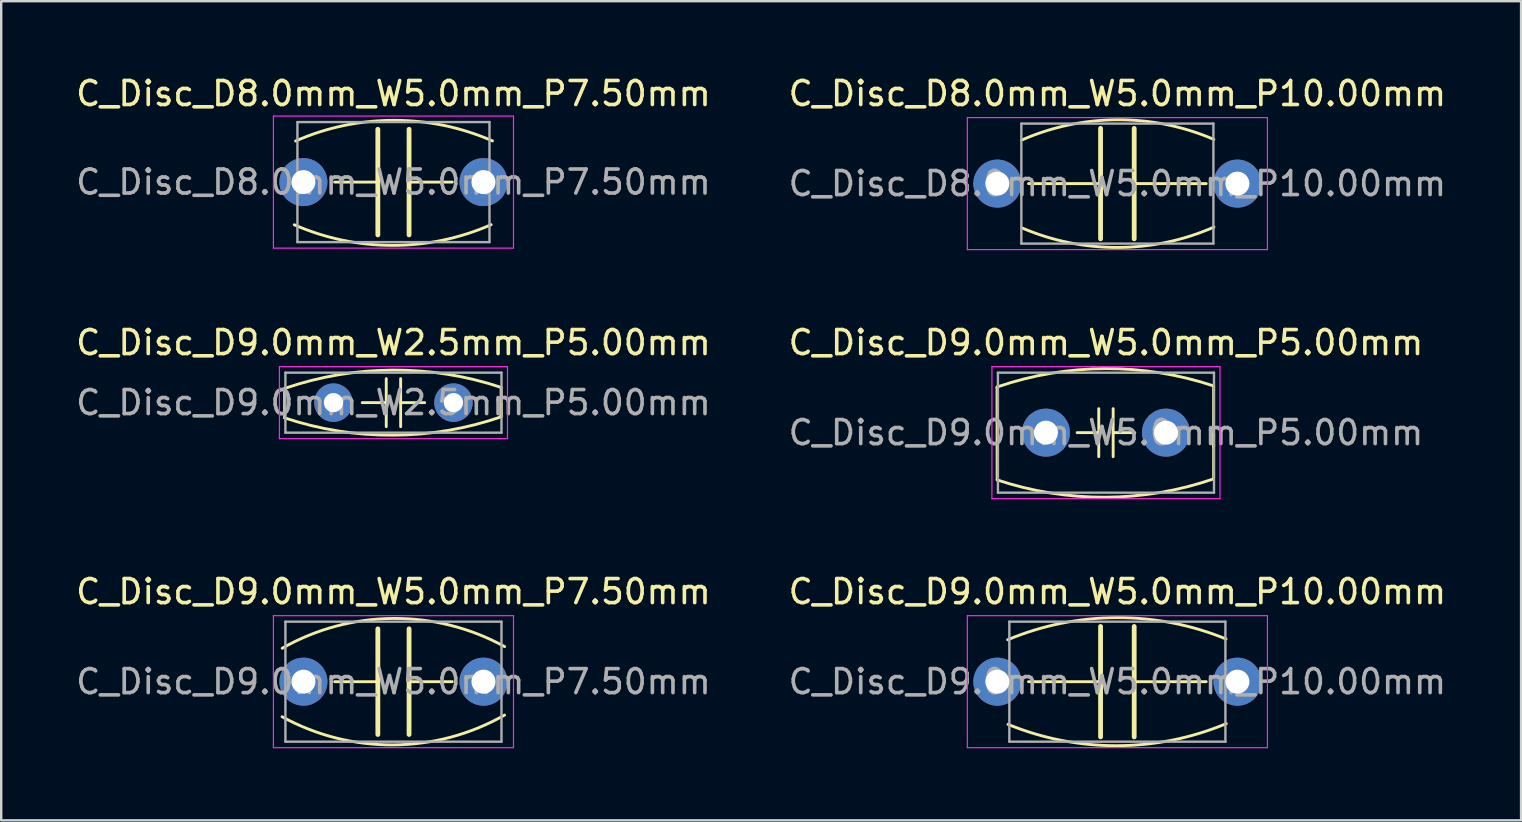
<source format=kicad_pcb>
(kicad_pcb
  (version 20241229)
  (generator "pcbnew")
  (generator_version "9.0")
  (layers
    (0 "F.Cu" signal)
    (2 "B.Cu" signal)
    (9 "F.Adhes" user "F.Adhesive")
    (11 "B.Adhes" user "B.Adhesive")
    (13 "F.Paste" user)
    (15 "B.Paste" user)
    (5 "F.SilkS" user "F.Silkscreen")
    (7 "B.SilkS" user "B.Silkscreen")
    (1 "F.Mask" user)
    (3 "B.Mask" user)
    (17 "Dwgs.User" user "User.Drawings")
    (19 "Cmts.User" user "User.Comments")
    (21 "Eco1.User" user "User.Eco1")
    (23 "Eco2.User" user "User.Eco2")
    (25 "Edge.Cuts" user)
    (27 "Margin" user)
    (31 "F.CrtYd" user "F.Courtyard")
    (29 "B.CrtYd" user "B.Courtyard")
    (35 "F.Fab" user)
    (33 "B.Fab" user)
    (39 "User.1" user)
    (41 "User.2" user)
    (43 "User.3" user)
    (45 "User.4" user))
  (footprint "C_Disc_D9.0mm_W2.5mm_P5.00mm"
    (layer "F.Cu")
    (at 10.839 13.722)
    (property "Reference" "C_Disc_D9.0mm_W2.5mm_P5.00mm" (at 2.5 -2.5 0) (layer "F.SilkS") (effects (font (size 1 1) (thickness 0.15))))
    (fp_line (start -2.032 -0.572) (end -2.032 0.635) (stroke (width 0.12) (type solid)) (layer "F.SilkS"))
    (fp_line (start -2.032 -0.572) (end -2.026 -0.594) (stroke (width 0.12) (type solid)) (layer "F.SilkS"))
    (fp_line (start 1.2 0) (end 2.2 0) (stroke (width 0.12) (type solid)) (layer "F.SilkS"))
    (fp_line (start 2.2 0) (end 2.2 -1) (stroke (width 0.12) (type solid)) (layer "F.SilkS"))
    (fp_line (start 2.2 0) (end 2.2 1) (stroke (width 0.12) (type solid)) (layer "F.SilkS"))
    (fp_line (start 2.8 -1) (end 2.8 1) (stroke (width 0.12) (type solid)) (layer "F.SilkS"))
    (fp_line (start 2.8 0) (end 3.8 0) (stroke (width 0.12) (type solid)) (layer "F.SilkS"))
    (fp_line (start 6.985 0.064) (end 6.985 -0.635) (stroke (width 0.12) (type solid)) (layer "F.SilkS"))
    (fp_line (start 6.985 0.064) (end 6.985 0.572) (stroke (width 0.12) (type solid)) (layer "F.SilkS"))
    (fp_line (start 6.985 0.572) (end 6.985 0.064) (stroke (width 0.12) (type solid)) (layer "F.SilkS"))
    (fp_line (start 6.985 0.572) (end 6.985 0.508) (stroke (width 0.12) (type solid)) (layer "F.SilkS"))
    (fp_arc (start -2.025917 -0.594083) (mid 2.476174 -1.356179) (end 6.985 -0.635) (stroke (width 0.12) (type solid)) (layer "F.SilkS"))
    (fp_arc (start 6.978917 0.594083) (mid 2.476826 1.356179) (end -2.032 0.635) (stroke (width 0.12) (type solid)) (layer "F.SilkS"))
    (fp_line (start -2.25 -1.5) (end -2.25 1.5) (stroke (width 0.05) (type solid)) (layer "F.CrtYd"))
    (fp_line (start -2.25 1.5) (end 7.25 1.5) (stroke (width 0.05) (type solid)) (layer "F.CrtYd"))
    (fp_line (start 7.25 -1.5) (end -2.25 -1.5) (stroke (width 0.05) (type solid)) (layer "F.CrtYd"))
    (fp_line (start 7.25 1.5) (end 7.25 -1.5) (stroke (width 0.05) (type solid)) (layer "F.CrtYd"))
    (fp_line (start -2 -1.25) (end -2 1.25) (stroke (width 0.1) (type solid)) (layer "F.Fab"))
    (fp_line (start -2 1.25) (end 7 1.25) (stroke (width 0.1) (type solid)) (layer "F.Fab"))
    (fp_line (start 7 -1.25) (end -2 -1.25) (stroke (width 0.1) (type solid)) (layer "F.Fab"))
    (fp_line (start 7 1.25) (end 7 -1.25) (stroke (width 0.1) (type solid)) (layer "F.Fab"))
    (fp_text user "${REFERENCE}" (at 2.5 0 0) (layer "F.Fab") (effects (font (size 1 1) (thickness 0.15))))
    (pad "1" thru_hole circle (at 0 0) (size 1.6 1.6) (drill 0.8) (layers "*.Cu" "*.Mask"))
    (pad "2" thru_hole circle (at 5 0) (size 1.6 1.6) (drill 0.8) (layers "*.Cu" "*.Mask")))
  (footprint "C_Disc_D8.0mm_W5.0mm_P7.50mm"
    (layer "F.Cu")
    (at 9.589 4.535)
    (property "Reference" "C_Disc_D8.0mm_W5.0mm_P7.50mm" (at 3.75 -3.687 0) (layer "F.SilkS") (effects (font (size 1 1) (thickness 0.15))))
    (fp_line (start 1.3 0) (end 3.1 0) (stroke (width 0.12) (type solid)) (layer "F.SilkS"))
    (fp_line (start 3.1 0) (end 3.1 -2.2) (stroke (width 0.2) (type solid)) (layer "F.SilkS"))
    (fp_line (start 3.1 0) (end 3.1 2.2) (stroke (width 0.2) (type solid)) (layer "F.SilkS"))
    (fp_line (start 4.4 0) (end 4.4 -2.2) (stroke (width 0.2) (type solid)) (layer "F.SilkS"))
    (fp_line (start 4.4 0) (end 4.4 2.2) (stroke (width 0.2) (type solid)) (layer "F.SilkS"))
    (fp_line (start 4.4 0) (end 6.2 0) (stroke (width 0.12) (type solid)) (layer "F.SilkS"))
    (fp_arc (start -0.325738 -1.711198) (mid 3.773785 -2.57289) (end 7.874 -1.7145) (stroke (width 0.12) (type solid)) (layer "F.SilkS"))
    (fp_arc (start 7.818738 1.774698) (mid 3.719215 2.63639) (end -0.381 1.778) (stroke (width 0.12) (type solid)) (layer "F.SilkS"))
    (fp_line (start -1.25 -2.75) (end -1.25 2.75) (stroke (width 0.05) (type solid)) (layer "F.CrtYd"))
    (fp_line (start -1.25 2.75) (end 8.75 2.75) (stroke (width 0.05) (type solid)) (layer "F.CrtYd"))
    (fp_line (start 8.75 -2.75) (end -1.25 -2.75) (stroke (width 0.05) (type solid)) (layer "F.CrtYd"))
    (fp_line (start 8.75 2.75) (end 8.75 -2.75) (stroke (width 0.05) (type solid)) (layer "F.CrtYd"))
    (fp_line (start -0.25 -2.5) (end -0.25 2.5) (stroke (width 0.1) (type solid)) (layer "F.Fab"))
    (fp_line (start -0.25 2.5) (end 7.75 2.5) (stroke (width 0.1) (type solid)) (layer "F.Fab"))
    (fp_line (start 7.75 -2.5) (end -0.25 -2.5) (stroke (width 0.1) (type solid)) (layer "F.Fab"))
    (fp_line (start 7.75 2.5) (end 7.75 -2.5) (stroke (width 0.1) (type solid)) (layer "F.Fab"))
    (fp_text user "${REFERENCE}" (at 3.75 0 0) (layer "F.Fab") (effects (font (size 1 1) (thickness 0.15))))
    (pad "1" thru_hole circle (at 0 0) (size 2 2) (drill 1) (layers "*.Cu" "*.Mask"))
    (pad "2" thru_hole circle (at 7.5 0) (size 2 2) (drill 1) (layers "*.Cu" "*.Mask")))
  (footprint "C_Disc_D8.0mm_W5.0mm_P10.00mm"
    (layer "F.Cu")
    (at 38.494 4.598)
    (property "Reference" "C_Disc_D8.0mm_W5.0mm_P10.00mm" (at 5 -3.75 0) (layer "F.SilkS") (effects (font (size 1 1) (thickness 0.15))))
    (fp_line (start 1.3 0) (end 4.3 0) (stroke (width 0.12) (type solid)) (layer "F.SilkS"))
    (fp_line (start 4.3 0) (end 4.3 -2.3) (stroke (width 0.2) (type solid)) (layer "F.SilkS"))
    (fp_line (start 4.3 0) (end 4.3 2.3) (stroke (width 0.2) (type solid)) (layer "F.SilkS"))
    (fp_line (start 5.7 0) (end 5.7 -2.3) (stroke (width 0.2) (type solid)) (layer "F.SilkS"))
    (fp_line (start 5.7 0) (end 5.7 2.3) (stroke (width 0.2) (type solid)) (layer "F.SilkS"))
    (fp_line (start 5.7 0) (end 8.7 0) (stroke (width 0.12) (type solid)) (layer "F.SilkS"))
    (fp_arc (start 1.011473 -1.81222) (mid 5.01119 -2.659733) (end 9.017 -1.8415) (stroke (width 0.12) (type solid)) (layer "F.SilkS"))
    (fp_arc (start 9.021527 1.81222) (mid 5.02181 2.659733) (end 1.016 1.8415) (stroke (width 0.12) (type solid)) (layer "F.SilkS"))
    (fp_line (start -1.25 -2.75) (end -1.25 2.75) (stroke (width 0.05) (type solid)) (layer "F.CrtYd"))
    (fp_line (start -1.25 2.75) (end 11.25 2.75) (stroke (width 0.05) (type solid)) (layer "F.CrtYd"))
    (fp_line (start 11.25 -2.75) (end -1.25 -2.75) (stroke (width 0.05) (type solid)) (layer "F.CrtYd"))
    (fp_line (start 11.25 2.75) (end 11.25 -2.75) (stroke (width 0.05) (type solid)) (layer "F.CrtYd"))
    (fp_line (start 1 -2.5) (end 1 2.5) (stroke (width 0.1) (type solid)) (layer "F.Fab"))
    (fp_line (start 1 2.5) (end 9 2.5) (stroke (width 0.1) (type solid)) (layer "F.Fab"))
    (fp_line (start 9 -2.5) (end 1 -2.5) (stroke (width 0.1) (type solid)) (layer "F.Fab"))
    (fp_line (start 9 2.5) (end 9 -2.5) (stroke (width 0.1) (type solid)) (layer "F.Fab"))
    (fp_text user "${REFERENCE}" (at 5 0 0) (layer "F.Fab") (effects (font (size 1 1) (thickness 0.15))))
    (pad "1" thru_hole circle (at 0 0) (size 2 2) (drill 1) (layers "*.Cu" "*.Mask"))
    (pad "2" thru_hole circle (at 10 0) (size 2 2) (drill 1) (layers "*.Cu" "*.Mask")))
  (footprint "C_Disc_D9.0mm_W5.0mm_P5.00mm"
    (layer "F.Cu")
    (at 40.518 14.972)
    (property "Reference" "C_Disc_D9.0mm_W5.0mm_P5.00mm" (at 2.5 -3.75 0) (layer "F.SilkS") (effects (font (size 1 1) (thickness 0.15))))
    (fp_line (start -2.038 -1.882) (end -2.032 -1.905) (stroke (width 0.12) (type solid)) (layer "F.SilkS"))
    (fp_line (start -2.038 -1.882) (end -2.032 1.968) (stroke (width 0.12) (type solid)) (layer "F.SilkS"))
    (fp_line (start 1.3 0) (end 2.2 0) (stroke (width 0.12) (type solid)) (layer "F.SilkS"))
    (fp_line (start 2.2 0) (end 2.2 -1) (stroke (width 0.12) (type solid)) (layer "F.SilkS"))
    (fp_line (start 2.2 0) (end 2.2 1) (stroke (width 0.12) (type solid)) (layer "F.SilkS"))
    (fp_line (start 2.8 -1) (end 2.8 1) (stroke (width 0.12) (type solid)) (layer "F.SilkS"))
    (fp_line (start 2.8 0) (end 3.7 0) (stroke (width 0.12) (type solid)) (layer "F.SilkS"))
    (fp_line (start 6.985 0.064) (end 6.985 -1.946) (stroke (width 0.12) (type solid)) (layer "F.SilkS"))
    (fp_line (start 6.985 0.064) (end 6.985 0.572) (stroke (width 0.12) (type solid)) (layer "F.SilkS"))
    (fp_line (start 6.985 0.572) (end 6.985 0.508) (stroke (width 0.12) (type solid)) (layer "F.SilkS"))
    (fp_line (start 6.985 1.905) (end 6.985 0.064) (stroke (width 0.12) (type solid)) (layer "F.SilkS"))
    (fp_arc (start -2.025917 -1.905) (mid 2.476174 -2.667096) (end 6.985 -1.945917) (stroke (width 0.12) (type solid)) (layer "F.SilkS"))
    (fp_arc (start 6.978917 1.927583) (mid 2.476826 2.689679) (end -2.032 1.9685) (stroke (width 0.12) (type solid)) (layer "F.SilkS"))
    (fp_line (start -2.25 -2.75) (end -2.25 2.75) (stroke (width 0.05) (type solid)) (layer "F.CrtYd"))
    (fp_line (start -2.25 2.75) (end 7.25 2.75) (stroke (width 0.05) (type solid)) (layer "F.CrtYd"))
    (fp_line (start 7.25 -2.75) (end -2.25 -2.75) (stroke (width 0.05) (type solid)) (layer "F.CrtYd"))
    (fp_line (start 7.25 2.75) (end 7.25 -2.75) (stroke (width 0.05) (type solid)) (layer "F.CrtYd"))
    (fp_line (start -2 -2.5) (end -2 2.5) (stroke (width 0.1) (type solid)) (layer "F.Fab"))
    (fp_line (start -2 2.5) (end 7 2.5) (stroke (width 0.1) (type solid)) (layer "F.Fab"))
    (fp_line (start 7 -2.5) (end -2 -2.5) (stroke (width 0.1) (type solid)) (layer "F.Fab"))
    (fp_line (start 7 2.5) (end 7 -2.5) (stroke (width 0.1) (type solid)) (layer "F.Fab"))
    (fp_text user "${REFERENCE}" (at 2.5 0 0) (layer "F.Fab") (effects (font (size 1 1) (thickness 0.15))))
    (pad "1" thru_hole circle (at 0 0) (size 2 2) (drill 1) (layers "*.Cu" "*.Mask"))
    (pad "2" thru_hole circle (at 5 0) (size 2 2) (drill 1) (layers "*.Cu" "*.Mask")))
  (footprint "C_Disc_D9.0mm_W5.0mm_P10.00mm"
    (layer "F.Cu")
    (at 38.494 25.345)
    (property "Reference" "C_Disc_D9.0mm_W5.0mm_P10.00mm" (at 5 -3.75 0) (layer "F.SilkS") (effects (font (size 1 1) (thickness 0.15))))
    (fp_line (start 1.3 0) (end 4.3 0) (stroke (width 0.12) (type solid)) (layer "F.SilkS"))
    (fp_line (start 4.3 0) (end 4.3 -2.3) (stroke (width 0.2) (type solid)) (layer "F.SilkS"))
    (fp_line (start 4.3 0) (end 4.3 2.3) (stroke (width 0.2) (type solid)) (layer "F.SilkS"))
    (fp_line (start 5.7 0) (end 5.7 -2.3) (stroke (width 0.2) (type solid)) (layer "F.SilkS"))
    (fp_line (start 5.7 0) (end 5.7 2.3) (stroke (width 0.2) (type solid)) (layer "F.SilkS"))
    (fp_line (start 5.7 0) (end 8.7 0) (stroke (width 0.12) (type solid)) (layer "F.SilkS"))
    (fp_arc (start 0.431238 -1.746181) (mid 4.974952 -2.667096) (end 9.525 -1.778) (stroke (width 0.12) (type solid)) (layer "F.SilkS"))
    (fp_arc (start 9.538262 1.746181) (mid 4.994548 2.667096) (end 0.4445 1.778) (stroke (width 0.12) (type solid)) (layer "F.SilkS"))
    (fp_line (start -1.25 -2.75) (end -1.25 2.75) (stroke (width 0.05) (type solid)) (layer "F.CrtYd"))
    (fp_line (start -1.25 2.75) (end 11.25 2.75) (stroke (width 0.05) (type solid)) (layer "F.CrtYd"))
    (fp_line (start 11.25 -2.75) (end -1.25 -2.75) (stroke (width 0.05) (type solid)) (layer "F.CrtYd"))
    (fp_line (start 11.25 2.75) (end 11.25 -2.75) (stroke (width 0.05) (type solid)) (layer "F.CrtYd"))
    (fp_line (start 0.5 -2.5) (end 0.5 2.5) (stroke (width 0.1) (type solid)) (layer "F.Fab"))
    (fp_line (start 0.5 2.5) (end 9.5 2.5) (stroke (width 0.1) (type solid)) (layer "F.Fab"))
    (fp_line (start 9.5 -2.5) (end 0.5 -2.5) (stroke (width 0.1) (type solid)) (layer "F.Fab"))
    (fp_line (start 9.5 2.5) (end 9.5 -2.5) (stroke (width 0.1) (type solid)) (layer "F.Fab"))
    (fp_text user "${REFERENCE}" (at 5 0 0) (layer "F.Fab") (effects (font (size 1 1) (thickness 0.15))))
    (pad "1" thru_hole circle (at 0 0) (size 2 2) (drill 1) (layers "*.Cu" "*.Mask"))
    (pad "2" thru_hole circle (at 10 0) (size 2 2) (drill 1) (layers "*.Cu" "*.Mask")))
  (footprint "C_Disc_D9.0mm_W5.0mm_P7.50mm"
    (layer "F.Cu")
    (at 9.589 25.345)
    (property "Reference" "C_Disc_D9.0mm_W5.0mm_P7.50mm" (at 3.75 -3.75 0) (layer "F.SilkS") (effects (font (size 1 1) (thickness 0.15))))
    (fp_line (start 1.3 0) (end 3.1 0) (stroke (width 0.12) (type solid)) (layer "F.SilkS"))
    (fp_line (start 3.1 0) (end 3.1 -2.2) (stroke (width 0.2) (type solid)) (layer "F.SilkS"))
    (fp_line (start 3.1 0) (end 3.1 2.2) (stroke (width 0.2) (type solid)) (layer "F.SilkS"))
    (fp_line (start 4.4 0) (end 4.4 -2.2) (stroke (width 0.2) (type solid)) (layer "F.SilkS"))
    (fp_line (start 4.4 0) (end 4.4 2.2) (stroke (width 0.2) (type solid)) (layer "F.SilkS"))
    (fp_line (start 4.4 0) (end 6.2 0) (stroke (width 0.12) (type solid)) (layer "F.SilkS"))
    (fp_arc (start -0.884963 -1.391723) (mid 3.739555 -2.633873) (end 8.382 -1.4605) (stroke (width 0.12) (type solid)) (layer "F.SilkS"))
    (fp_arc (start 8.377963 1.391723) (mid 3.753445 2.633873) (end -0.889 1.4605) (stroke (width 0.12) (type solid)) (layer "F.SilkS"))
    (fp_line (start -1.25 -2.75) (end -1.25 2.75) (stroke (width 0.05) (type solid)) (layer "F.CrtYd"))
    (fp_line (start -1.25 2.75) (end 8.75 2.75) (stroke (width 0.05) (type solid)) (layer "F.CrtYd"))
    (fp_line (start 8.75 -2.75) (end -1.25 -2.75) (stroke (width 0.05) (type solid)) (layer "F.CrtYd"))
    (fp_line (start 8.75 2.75) (end 8.75 -2.75) (stroke (width 0.05) (type solid)) (layer "F.CrtYd"))
    (fp_line (start -0.75 -2.5) (end -0.75 2.5) (stroke (width 0.1) (type solid)) (layer "F.Fab"))
    (fp_line (start -0.75 2.5) (end 8.25 2.5) (stroke (width 0.1) (type solid)) (layer "F.Fab"))
    (fp_line (start 8.25 -2.5) (end -0.75 -2.5) (stroke (width 0.1) (type solid)) (layer "F.Fab"))
    (fp_line (start 8.25 2.5) (end 8.25 -2.5) (stroke (width 0.1) (type solid)) (layer "F.Fab"))
    (fp_text user "${REFERENCE}" (at 3.75 0 0) (layer "F.Fab") (effects (font (size 1 1) (thickness 0.15))))
    (pad "1" thru_hole circle (at 0 0) (size 2 2) (drill 1) (layers "*.Cu" "*.Mask"))
    (pad "2" thru_hole circle (at 7.5 0) (size 2 2) (drill 1) (layers "*.Cu" "*.Mask")))
  (gr_rect
    (start -3 -3)
    (end 60.31 31.12)
    (stroke (width 0.1) (type default))
    (fill no)
    (layer "Edge.Cuts")))
</source>
